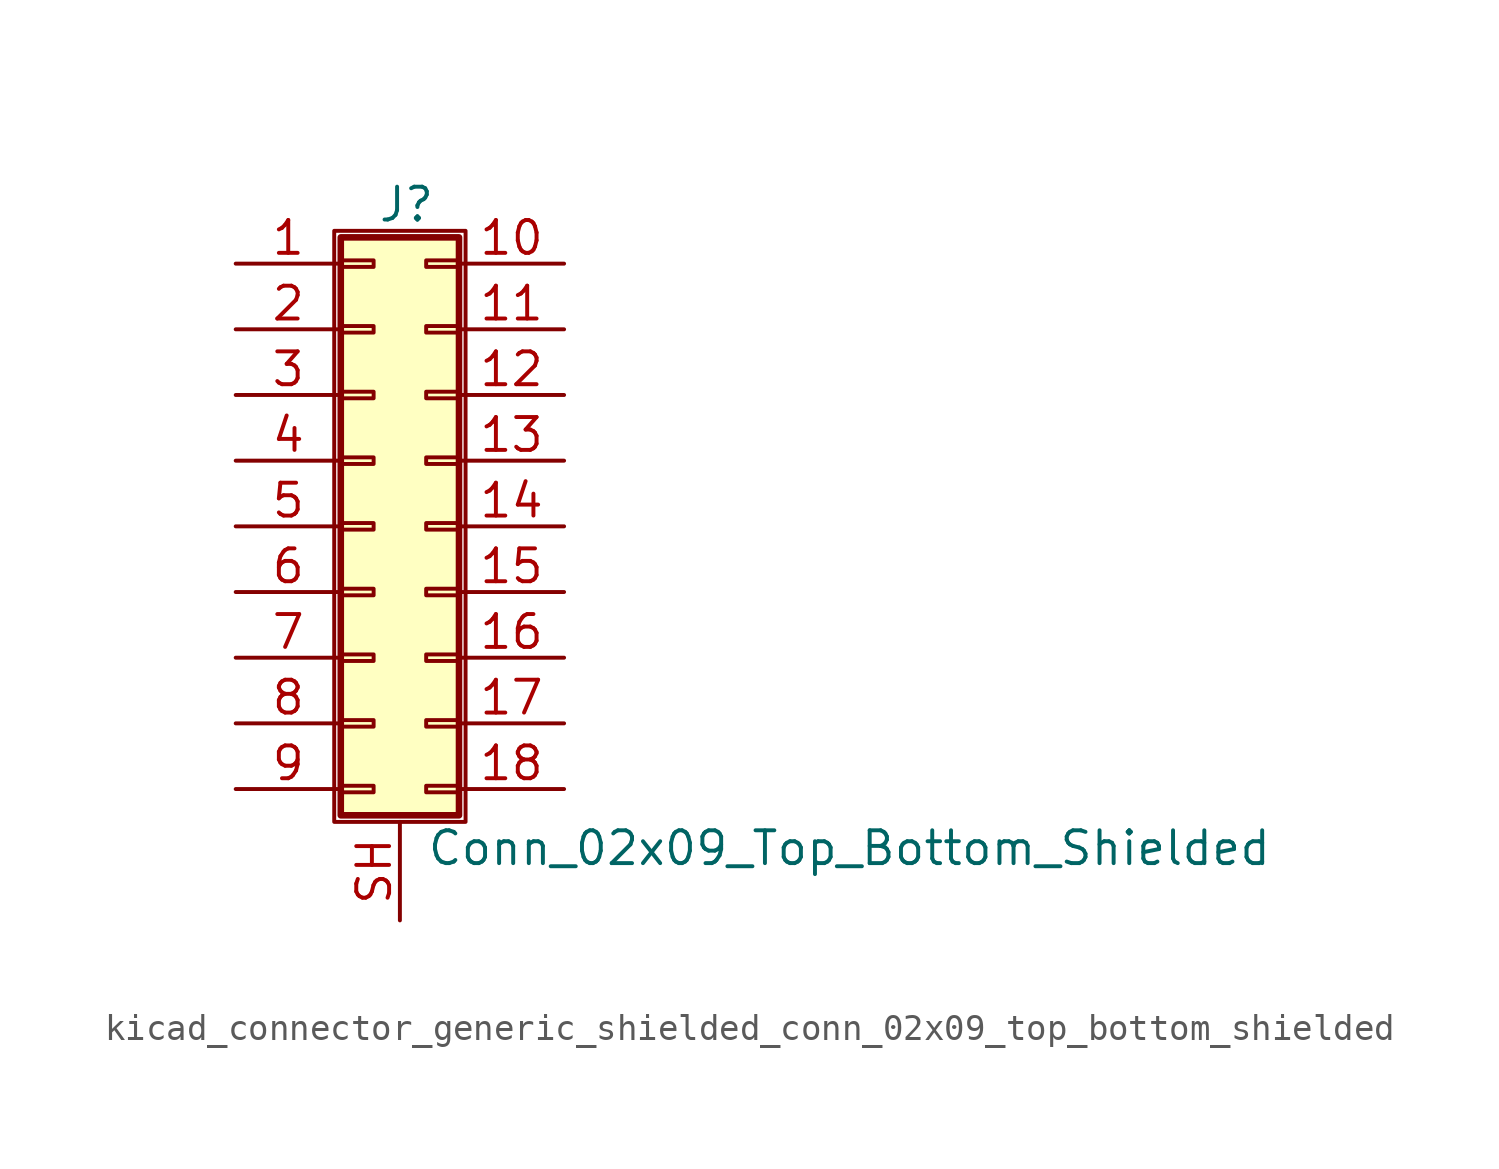
<source format=kicad_sym>
(kicad_symbol_lib
  (version 20220914)
  (generator kicad_symbol_editor)
  (symbol "kicad_connector_generic_shielded_conn_02x09_top_bottom_shielded"
    (pin_names
      (offset 1.016) hide)
    (property "Reference" "J"
      (at 1.524 12.446 0)
      (effects (font (size 1.27 1.27))))
    (property "Value" "Conn_02x09_Top_Bottom_Shielded"
      (at 2.286 -12.446 0)
      (effects (font (size 1.27 1.27)) (justify left)))
    (symbol "kicad_connector_generic_shielded_conn_02x09_top_bottom_shielded_1_1"
      (rectangle (start -1.27 11.43) (end 3.81 -11.43) (stroke (width 0.152) (type default)) (fill (type none)))
      (rectangle (start -1.016 -10.033) (end 0.254 -10.287) (stroke (width 0.152) (type default)) (fill (type none)))
      (rectangle (start -1.016 -7.493) (end 0.254 -7.747) (stroke (width 0.152) (type default)) (fill (type none)))
      (rectangle (start -1.016 -4.953) (end 0.254 -5.207) (stroke (width 0.152) (type default)) (fill (type none)))
      (rectangle (start -1.016 -2.413) (end 0.254 -2.667) (stroke (width 0.152) (type default)) (fill (type none)))
      (rectangle (start -1.016 0.127) (end 0.254 -0.127) (stroke (width 0.152) (type default)) (fill (type none)))
      (rectangle (start -1.016 2.667) (end 0.254 2.413) (stroke (width 0.152) (type default)) (fill (type none)))
      (rectangle (start -1.016 5.207) (end 0.254 4.953) (stroke (width 0.152) (type default)) (fill (type none)))
      (rectangle (start -1.016 7.747) (end 0.254 7.493) (stroke (width 0.152) (type default)) (fill (type none)))
      (rectangle (start -1.016 10.287) (end 0.254 10.033) (stroke (width 0.152) (type default)) (fill (type none)))
      (rectangle (start -1.016 11.176) (end 3.556 -11.176) (stroke (width 0.254) (type default)) (fill (type background)))
      (rectangle (start 3.556 -10.033) (end 2.286 -10.287) (stroke (width 0.152) (type default)) (fill (type none)))
      (rectangle (start 3.556 -7.493) (end 2.286 -7.747) (stroke (width 0.152) (type default)) (fill (type none)))
      (rectangle (start 3.556 -4.953) (end 2.286 -5.207) (stroke (width 0.152) (type default)) (fill (type none)))
      (rectangle (start 3.556 -2.413) (end 2.286 -2.667) (stroke (width 0.152) (type default)) (fill (type none)))
      (rectangle (start 3.556 0.127) (end 2.286 -0.127) (stroke (width 0.152) (type default)) (fill (type none)))
      (rectangle (start 3.556 2.667) (end 2.286 2.413) (stroke (width 0.152) (type default)) (fill (type none)))
      (rectangle (start 3.556 5.207) (end 2.286 4.953) (stroke (width 0.152) (type default)) (fill (type none)))
      (rectangle (start 3.556 7.747) (end 2.286 7.493) (stroke (width 0.152) (type default)) (fill (type none)))
      (rectangle (start 3.556 10.287) (end 2.286 10.033) (stroke (width 0.152) (type default)) (fill (type none)))
      (pin passive line (at -5.08 10.16 0) (length 4.064) (name "Pin_1" (effects (font (size 1.27 1.27)))) (number "1" (effects (font (size 1.27 1.27)))))
      (pin passive line (at 7.62 10.16 180) (length 4.064) (name "Pin_10" (effects (font (size 1.27 1.27)))) (number "10" (effects (font (size 1.27 1.27)))))
      (pin passive line (at 7.62 7.62 180) (length 4.064) (name "Pin_11" (effects (font (size 1.27 1.27)))) (number "11" (effects (font (size 1.27 1.27)))))
      (pin passive line (at 7.62 5.08 180) (length 4.064) (name "Pin_12" (effects (font (size 1.27 1.27)))) (number "12" (effects (font (size 1.27 1.27)))))
      (pin passive line (at 7.62 2.54 180) (length 4.064) (name "Pin_13" (effects (font (size 1.27 1.27)))) (number "13" (effects (font (size 1.27 1.27)))))
      (pin passive line (at 7.62 0 180) (length 4.064) (name "Pin_14" (effects (font (size 1.27 1.27)))) (number "14" (effects (font (size 1.27 1.27)))))
      (pin passive line (at 7.62 -2.54 180) (length 4.064) (name "Pin_15" (effects (font (size 1.27 1.27)))) (number "15" (effects (font (size 1.27 1.27)))))
      (pin passive line (at 7.62 -5.08 180) (length 4.064) (name "Pin_16" (effects (font (size 1.27 1.27)))) (number "16" (effects (font (size 1.27 1.27)))))
      (pin passive line (at 7.62 -7.62 180) (length 4.064) (name "Pin_17" (effects (font (size 1.27 1.27)))) (number "17" (effects (font (size 1.27 1.27)))))
      (pin passive line (at 7.62 -10.16 180) (length 4.064) (name "Pin_18" (effects (font (size 1.27 1.27)))) (number "18" (effects (font (size 1.27 1.27)))))
      (pin passive line (at -5.08 7.62 0) (length 4.064) (name "Pin_2" (effects (font (size 1.27 1.27)))) (number "2" (effects (font (size 1.27 1.27)))))
      (pin passive line (at -5.08 5.08 0) (length 4.064) (name "Pin_3" (effects (font (size 1.27 1.27)))) (number "3" (effects (font (size 1.27 1.27)))))
      (pin passive line (at -5.08 2.54 0) (length 4.064) (name "Pin_4" (effects (font (size 1.27 1.27)))) (number "4" (effects (font (size 1.27 1.27)))))
      (pin passive line (at -5.08 0 0) (length 4.064) (name "Pin_5" (effects (font (size 1.27 1.27)))) (number "5" (effects (font (size 1.27 1.27)))))
      (pin passive line (at -5.08 -2.54 0) (length 4.064) (name "Pin_6" (effects (font (size 1.27 1.27)))) (number "6" (effects (font (size 1.27 1.27)))))
      (pin passive line (at -5.08 -5.08 0) (length 4.064) (name "Pin_7" (effects (font (size 1.27 1.27)))) (number "7" (effects (font (size 1.27 1.27)))))
      (pin passive line (at -5.08 -7.62 0) (length 4.064) (name "Pin_8" (effects (font (size 1.27 1.27)))) (number "8" (effects (font (size 1.27 1.27)))))
      (pin passive line (at -5.08 -10.16 0) (length 4.064) (name "Pin_9" (effects (font (size 1.27 1.27)))) (number "9" (effects (font (size 1.27 1.27)))))
      (pin passive line (at 1.27 -15.24 90) (length 3.81) (name "Shield" (effects (font (size 1.27 1.27)))) (number "SH" (effects (font (size 1.27 1.27))))))))
</source>
